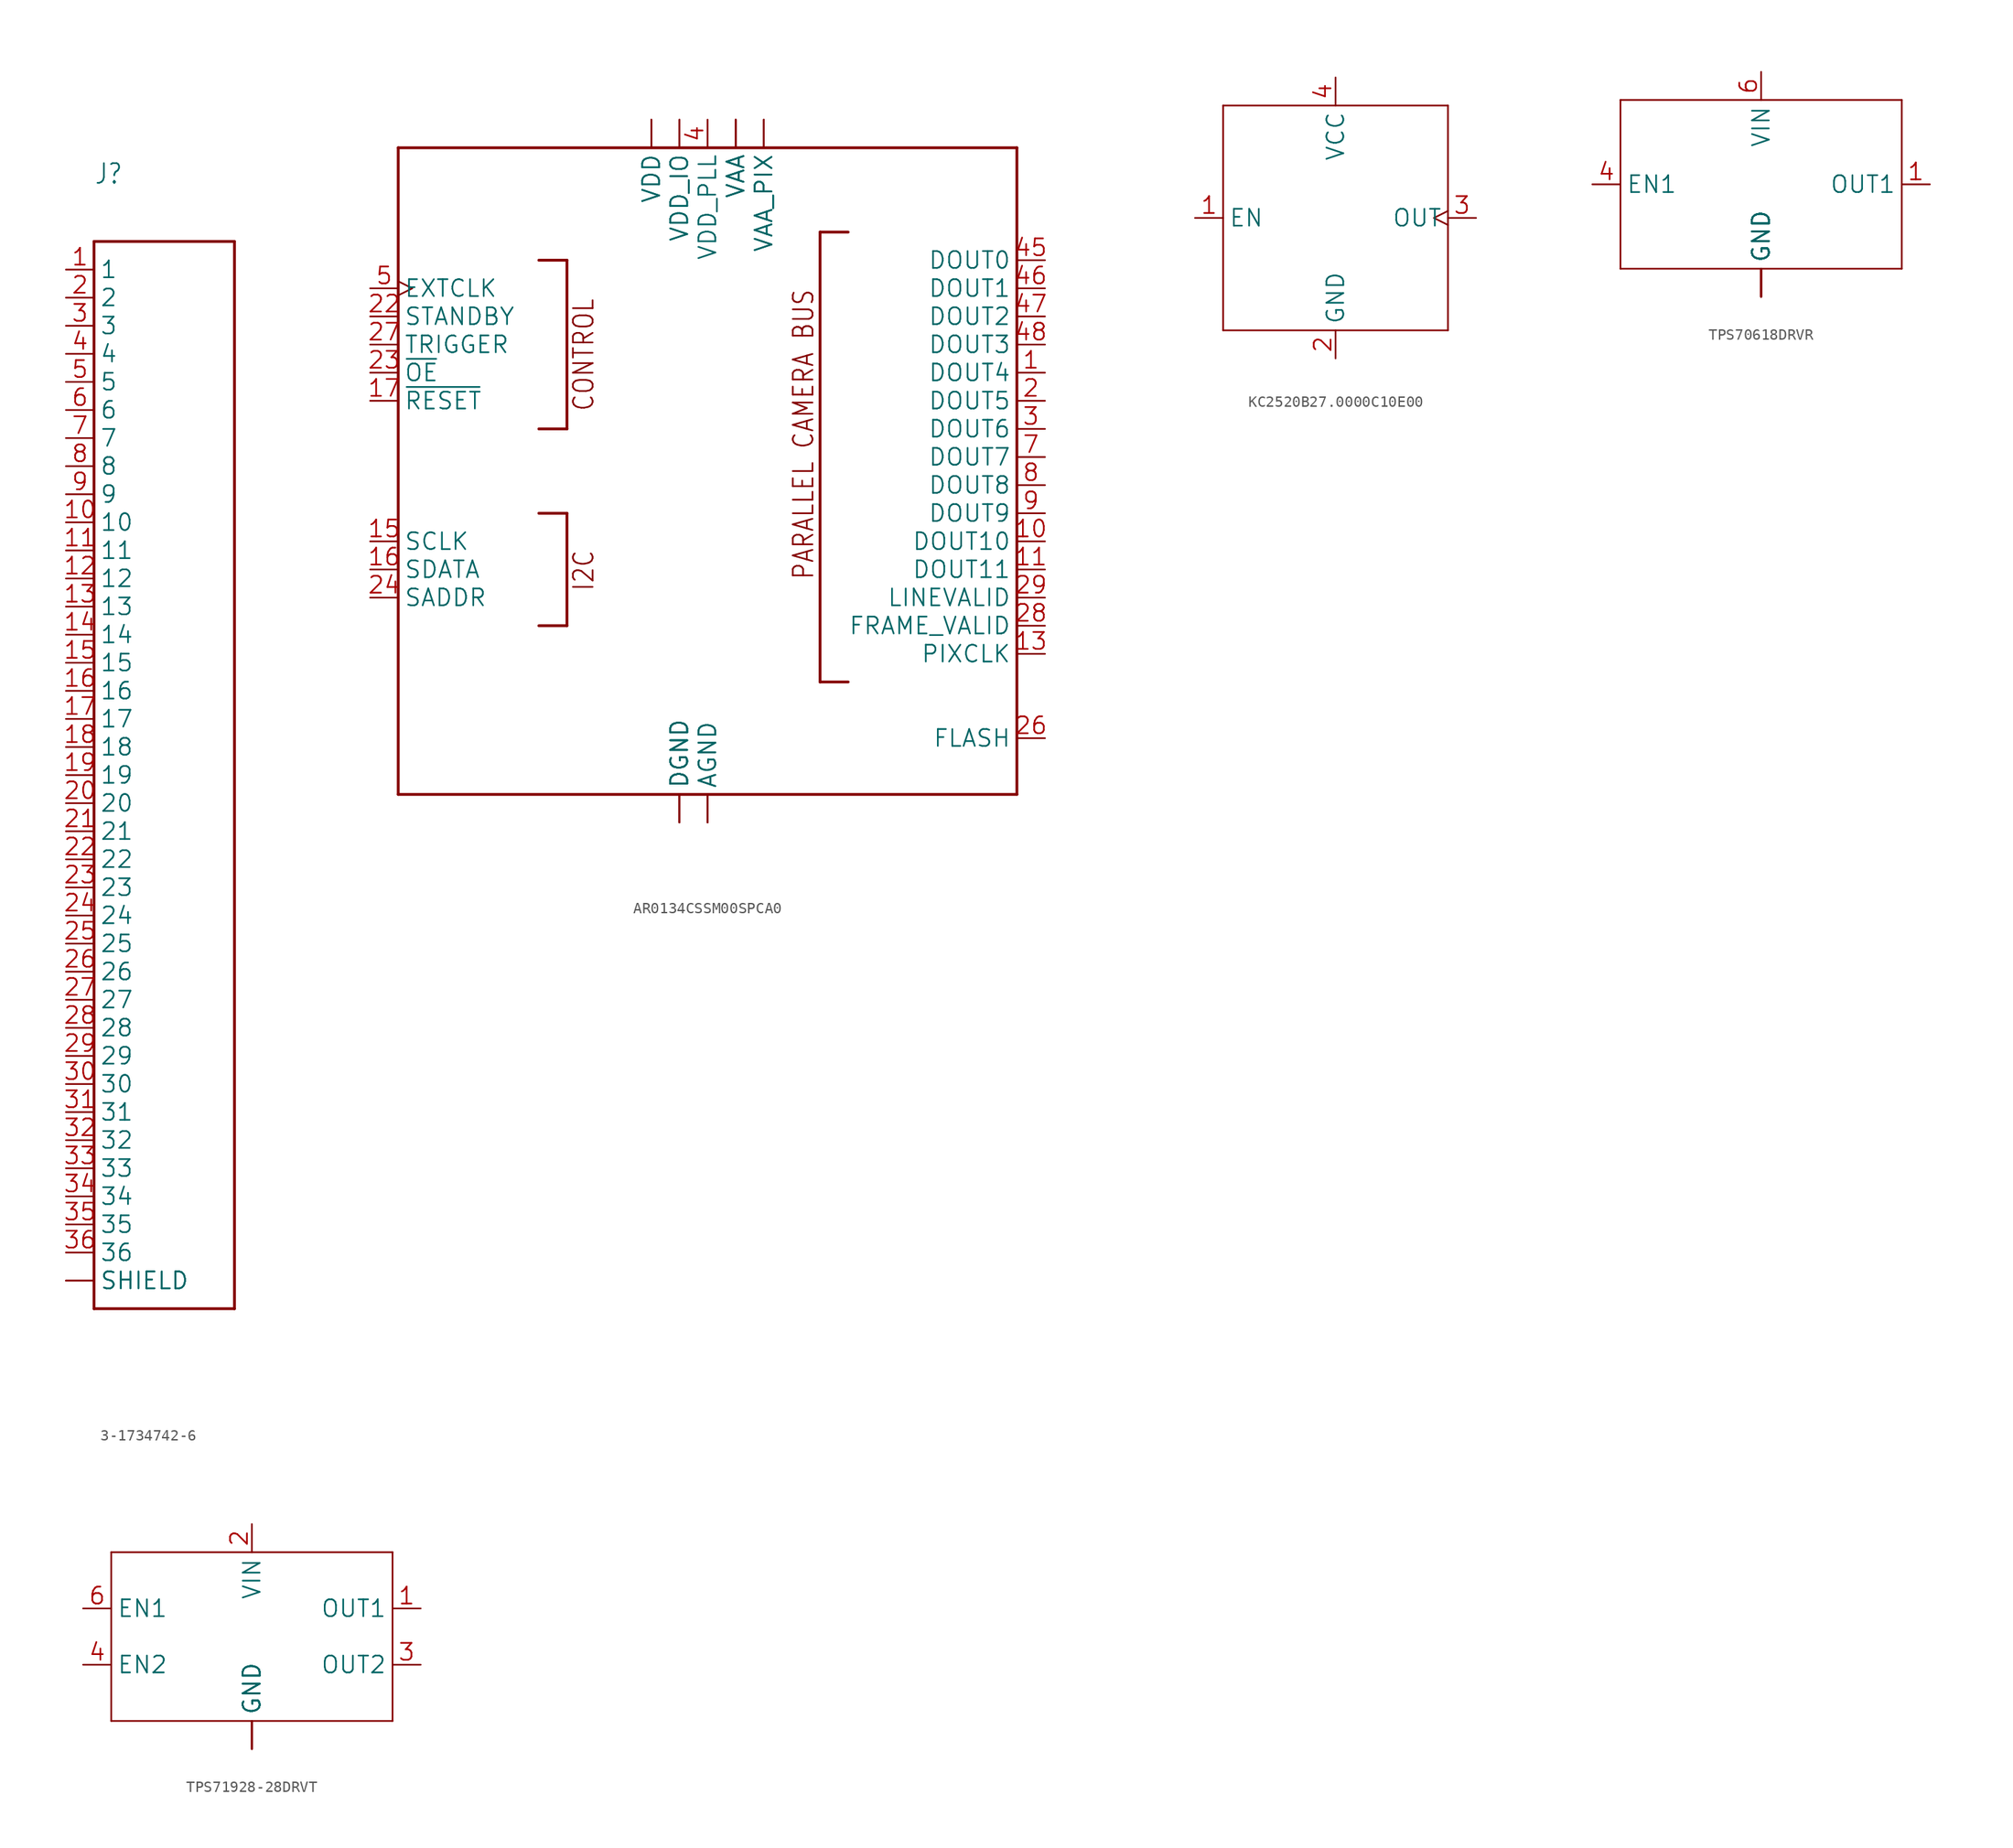
<source format=kicad_sym>
(kicad_symbol_lib
  (version 20241209)
  (generator "kicad_symbol_editor")
  (generator_version "9.0")
  (symbol "3-1734742-6"
    (property "Reference" "J"
      (at -7.62 58.42 0)
      (effects (font (size 1.781 1.514)) (justify left bottom)))
    (property "Value" ""
      (at -7.62 55.88 0)
      (effects (font (size 1.78 1.513)) (justify left bottom)))
    (property "ki_locked" ""
      (at 0 0 0)
      (effects (font (size 1.27 1.27))))
    (symbol "3-1734742-6_1_0"
      (polyline (pts (xy -7.62 53.34) (xy 5.08 53.34)) (stroke (width 0.254) (type solid)) (fill (type none)))
      (polyline (pts (xy -7.62 -43.18) (xy -7.62 53.34)) (stroke (width 0.254) (type solid)) (fill (type none)))
      (polyline (pts (xy -7.62 -43.18) (xy 5.08 -43.18)) (stroke (width 0.254) (type solid)) (fill (type none)))
      (polyline (pts (xy 5.08 53.34) (xy 5.08 -43.18)) (stroke (width 0.254) (type solid)) (fill (type none)))
      (pin passive line (at -10.16 50.8 0) (length 2.54) (name "1" (effects (font (size 1.524 1.524)))) (number "1" (effects (font (size 1.524 1.524)))))
      (pin passive line (at -10.16 48.26 0) (length 2.54) (name "2" (effects (font (size 1.524 1.524)))) (number "2" (effects (font (size 1.524 1.524)))))
      (pin passive line (at -10.16 45.72 0) (length 2.54) (name "3" (effects (font (size 1.524 1.524)))) (number "3" (effects (font (size 1.524 1.524)))))
      (pin passive line (at -10.16 43.18 0) (length 2.54) (name "4" (effects (font (size 1.524 1.524)))) (number "4" (effects (font (size 1.524 1.524)))))
      (pin passive line (at -10.16 40.64 0) (length 2.54) (name "5" (effects (font (size 1.524 1.524)))) (number "5" (effects (font (size 1.524 1.524)))))
      (pin passive line (at -10.16 38.1 0) (length 2.54) (name "6" (effects (font (size 1.524 1.524)))) (number "6" (effects (font (size 1.524 1.524)))))
      (pin passive line (at -10.16 35.56 0) (length 2.54) (name "7" (effects (font (size 1.524 1.524)))) (number "7" (effects (font (size 1.524 1.524)))))
      (pin passive line (at -10.16 33.02 0) (length 2.54) (name "8" (effects (font (size 1.524 1.524)))) (number "8" (effects (font (size 1.524 1.524)))))
      (pin passive line (at -10.16 30.48 0) (length 2.54) (name "9" (effects (font (size 1.524 1.524)))) (number "9" (effects (font (size 1.524 1.524)))))
      (pin passive line (at -10.16 27.94 0) (length 2.54) (name "10" (effects (font (size 1.524 1.524)))) (number "10" (effects (font (size 1.524 1.524)))))
      (pin passive line (at -10.16 25.4 0) (length 2.54) (name "11" (effects (font (size 1.524 1.524)))) (number "11" (effects (font (size 1.524 1.524)))))
      (pin passive line (at -10.16 22.86 0) (length 2.54) (name "12" (effects (font (size 1.524 1.524)))) (number "12" (effects (font (size 1.524 1.524)))))
      (pin passive line (at -10.16 20.32 0) (length 2.54) (name "13" (effects (font (size 1.524 1.524)))) (number "13" (effects (font (size 1.524 1.524)))))
      (pin passive line (at -10.16 17.78 0) (length 2.54) (name "14" (effects (font (size 1.524 1.524)))) (number "14" (effects (font (size 1.524 1.524)))))
      (pin passive line (at -10.16 15.24 0) (length 2.54) (name "15" (effects (font (size 1.524 1.524)))) (number "15" (effects (font (size 1.524 1.524)))))
      (pin passive line (at -10.16 12.7 0) (length 2.54) (name "16" (effects (font (size 1.524 1.524)))) (number "16" (effects (font (size 1.524 1.524)))))
      (pin passive line (at -10.16 10.16 0) (length 2.54) (name "17" (effects (font (size 1.524 1.524)))) (number "17" (effects (font (size 1.524 1.524)))))
      (pin passive line (at -10.16 7.62 0) (length 2.54) (name "18" (effects (font (size 1.524 1.524)))) (number "18" (effects (font (size 1.524 1.524)))))
      (pin passive line (at -10.16 5.08 0) (length 2.54) (name "19" (effects (font (size 1.524 1.524)))) (number "19" (effects (font (size 1.524 1.524)))))
      (pin passive line (at -10.16 2.54 0) (length 2.54) (name "20" (effects (font (size 1.524 1.524)))) (number "20" (effects (font (size 1.524 1.524)))))
      (pin passive line (at -10.16 0 0) (length 2.54) (name "21" (effects (font (size 1.524 1.524)))) (number "21" (effects (font (size 1.524 1.524)))))
      (pin passive line (at -10.16 -2.54 0) (length 2.54) (name "22" (effects (font (size 1.524 1.524)))) (number "22" (effects (font (size 1.524 1.524)))))
      (pin passive line (at -10.16 -5.08 0) (length 2.54) (name "23" (effects (font (size 1.524 1.524)))) (number "23" (effects (font (size 1.524 1.524)))))
      (pin passive line (at -10.16 -7.62 0) (length 2.54) (name "24" (effects (font (size 1.524 1.524)))) (number "24" (effects (font (size 1.524 1.524)))))
      (pin passive line (at -10.16 -10.16 0) (length 2.54) (name "25" (effects (font (size 1.524 1.524)))) (number "25" (effects (font (size 1.524 1.524)))))
      (pin passive line (at -10.16 -12.7 0) (length 2.54) (name "26" (effects (font (size 1.524 1.524)))) (number "26" (effects (font (size 1.524 1.524)))))
      (pin passive line (at -10.16 -15.24 0) (length 2.54) (name "27" (effects (font (size 1.524 1.524)))) (number "27" (effects (font (size 1.524 1.524)))))
      (pin passive line (at -10.16 -17.78 0) (length 2.54) (name "28" (effects (font (size 1.524 1.524)))) (number "28" (effects (font (size 1.524 1.524)))))
      (pin passive line (at -10.16 -20.32 0) (length 2.54) (name "29" (effects (font (size 1.524 1.524)))) (number "29" (effects (font (size 1.524 1.524)))))
      (pin passive line (at -10.16 -22.86 0) (length 2.54) (name "30" (effects (font (size 1.524 1.524)))) (number "30" (effects (font (size 1.524 1.524)))))
      (pin passive line (at -10.16 -25.4 0) (length 2.54) (name "31" (effects (font (size 1.524 1.524)))) (number "31" (effects (font (size 1.524 1.524)))))
      (pin passive line (at -10.16 -27.94 0) (length 2.54) (name "32" (effects (font (size 1.524 1.524)))) (number "32" (effects (font (size 1.524 1.524)))))
      (pin passive line (at -10.16 -30.48 0) (length 2.54) (name "33" (effects (font (size 1.524 1.524)))) (number "33" (effects (font (size 1.524 1.524)))))
      (pin passive line (at -10.16 -33.02 0) (length 2.54) (name "34" (effects (font (size 1.524 1.524)))) (number "34" (effects (font (size 1.524 1.524)))))
      (pin passive line (at -10.16 -35.56 0) (length 2.54) (name "35" (effects (font (size 1.524 1.524)))) (number "35" (effects (font (size 1.524 1.524)))))
      (pin passive line (at -10.16 -38.1 0) (length 2.54) (name "36" (effects (font (size 1.524 1.524)))) (number "36" (effects (font (size 1.524 1.524)))))
      (pin passive line (at -10.16 -40.64 0) (length 2.54) (name "SHIELD" (effects (font (size 1.524 1.524)))) (number "S1" (effects (font (size 0 0)))))
      (pin passive line (at -10.16 -40.64 0) (length 2.54) (name "SHIELD" (effects (font (size 1.524 1.524)))) (number "S2" (effects (font (size 0 0)))))))
  (symbol "AR0134CSSM00SPCA0"
    (property "Reference" "U"
      (at -24.92 33.84 0)
      (effects (font (size 2.54 2.159)) (justify left bottom) (hide yes)))
    (property "ki_locked" ""
      (at 0 0 0)
      (effects (font (size 1.27 1.27))))
    (symbol "AR0134CSSM00SPCA0_1_0"
      (polyline (pts (xy -27.94 27.94) (xy 27.94 27.94)) (stroke (width 0.254) (type solid)) (fill (type none)))
      (polyline (pts (xy -27.94 -30.48) (xy -27.94 27.94)) (stroke (width 0.254) (type solid)) (fill (type none)))
      (polyline (pts (xy -15.24 2.54) (xy -12.7 2.54)) (stroke (width 0.254) (type solid)) (fill (type none)))
      (polyline (pts (xy -15.24 -15.24) (xy -12.7 -15.24)) (stroke (width 0.254) (type solid)) (fill (type none)))
      (polyline (pts (xy -12.7 17.78) (xy -15.24 17.78)) (stroke (width 0.254) (type solid)) (fill (type none)))
      (polyline (pts (xy -12.7 2.54) (xy -12.7 17.78)) (stroke (width 0.254) (type solid)) (fill (type none)))
      (polyline (pts (xy -12.7 -5.08) (xy -15.24 -5.08)) (stroke (width 0.254) (type solid)) (fill (type none)))
      (polyline (pts (xy -12.7 -15.24) (xy -12.7 -5.08)) (stroke (width 0.254) (type solid)) (fill (type none)))
      (polyline (pts (xy 10.16 20.32) (xy 10.16 -20.32)) (stroke (width 0.254) (type solid)) (fill (type none)))
      (polyline (pts (xy 10.16 -20.32) (xy 12.7 -20.32)) (stroke (width 0.254) (type solid)) (fill (type none)))
      (polyline (pts (xy 12.7 20.32) (xy 10.16 20.32)) (stroke (width 0.254) (type solid)) (fill (type none)))
      (polyline (pts (xy 27.94 27.94) (xy 27.94 -30.48)) (stroke (width 0.254) (type solid)) (fill (type none)))
      (polyline (pts (xy 27.94 -30.48) (xy -27.94 -30.48)) (stroke (width 0.254) (type solid)) (fill (type none)))
      (text "CONTROL" (at -10.16 4.064 900) (effects (font (size 1.778 1.511)) (justify left bottom)))
      (text "I2C" (at -10.16 -12.192 900) (effects (font (size 1.778 1.511)) (justify left bottom)))
      (text "PARALLEL CAMERA BUS" (at 7.62 15.24 900) (effects (font (size 1.778 1.511)) (justify right top)))
      (pin bidirectional clock (at -30.48 15.24 0) (length 2.54) (name "EXTCLK" (effects (font (size 1.524 1.524)))) (number "5" (effects (font (size 1.524 1.524)))))
      (pin bidirectional line (at -30.48 12.7 0) (length 2.54) (name "STANDBY" (effects (font (size 1.524 1.524)))) (number "22" (effects (font (size 1.524 1.524)))))
      (pin bidirectional line (at -30.48 10.16 0) (length 2.54) (name "TRIGGER" (effects (font (size 1.524 1.524)))) (number "27" (effects (font (size 1.524 1.524)))))
      (pin bidirectional line (at -30.48 7.62 0) (length 2.54) (name "~{OE}" (effects (font (size 1.524 1.524)))) (number "23" (effects (font (size 1.524 1.524)))))
      (pin bidirectional line (at -30.48 5.08 0) (length 2.54) (name "~{RESET}" (effects (font (size 1.524 1.524)))) (number "17" (effects (font (size 1.524 1.524)))))
      (pin bidirectional line (at -30.48 -7.62 0) (length 2.54) (name "SCLK" (effects (font (size 1.524 1.524)))) (number "15" (effects (font (size 1.524 1.524)))))
      (pin bidirectional line (at -30.48 -10.16 0) (length 2.54) (name "SDATA" (effects (font (size 1.524 1.524)))) (number "16" (effects (font (size 1.524 1.524)))))
      (pin bidirectional line (at -30.48 -12.7 0) (length 2.54) (name "SADDR" (effects (font (size 1.524 1.524)))) (number "24" (effects (font (size 1.524 1.524)))))
      (pin power_in line (at -5.08 30.48 270) (length 2.54) (name "VDD" (effects (font (size 1.524 1.524)))) (number "14" (effects (font (size 0 0)))))
      (pin power_in line (at -5.08 30.48 270) (length 2.54) (name "VDD" (effects (font (size 1.524 1.524)))) (number "19" (effects (font (size 0 0)))))
      (pin power_in line (at -2.54 30.48 270) (length 2.54) (name "VDD_IO" (effects (font (size 1.524 1.524)))) (number "12" (effects (font (size 0 0)))))
      (pin power_in line (at -2.54 30.48 270) (length 2.54) (name "VDD_IO" (effects (font (size 1.524 1.524)))) (number "18" (effects (font (size 0 0)))))
      (pin power_in line (at -2.54 -33.02 90) (length 2.54) (name "DGND" (effects (font (size 1.524 1.524)))) (number "25" (effects (font (size 0 0)))))
      (pin power_in line (at -2.54 -33.02 90) (length 2.54) (name "DGND" (effects (font (size 1.524 1.524)))) (number "30" (effects (font (size 0 0)))))
      (pin power_in line (at -2.54 -33.02 90) (length 2.54) (name "DGND" (effects (font (size 1.524 1.524)))) (number "44" (effects (font (size 0 0)))))
      (pin power_in line (at -2.54 -33.02 90) (length 2.54) (name "DGND" (effects (font (size 1.524 1.524)))) (number "6" (effects (font (size 0 0)))))
      (pin power_in line (at 0 30.48 270) (length 2.54) (name "VDD_PLL" (effects (font (size 1.524 1.524)))) (number "4" (effects (font (size 1.524 1.524)))))
      (pin power_in line (at 0 -33.02 90) (length 2.54) (name "AGND" (effects (font (size 1.524 1.524)))) (number "35" (effects (font (size 0 0)))))
      (pin power_in line (at 0 -33.02 90) (length 2.54) (name "AGND" (effects (font (size 1.524 1.524)))) (number "39" (effects (font (size 0 0)))))
      (pin power_in line (at 2.54 30.48 270) (length 2.54) (name "VAA" (effects (font (size 1.524 1.524)))) (number "34" (effects (font (size 0 0)))))
      (pin power_in line (at 2.54 30.48 270) (length 2.54) (name "VAA" (effects (font (size 1.524 1.524)))) (number "36" (effects (font (size 0 0)))))
      (pin power_in line (at 2.54 30.48 270) (length 2.54) (name "VAA" (effects (font (size 1.524 1.524)))) (number "40" (effects (font (size 0 0)))))
      (pin power_in line (at 5.08 30.48 270) (length 2.54) (name "VAA_PIX" (effects (font (size 1.524 1.524)))) (number "37" (effects (font (size 0 0)))))
      (pin power_in line (at 5.08 30.48 270) (length 2.54) (name "VAA_PIX" (effects (font (size 1.524 1.524)))) (number "38" (effects (font (size 0 0)))))
      (pin bidirectional line (at 30.48 17.78 180) (length 2.54) (name "DOUT0" (effects (font (size 1.524 1.524)))) (number "45" (effects (font (size 1.524 1.524)))))
      (pin bidirectional line (at 30.48 15.24 180) (length 2.54) (name "DOUT1" (effects (font (size 1.524 1.524)))) (number "46" (effects (font (size 1.524 1.524)))))
      (pin bidirectional line (at 30.48 12.7 180) (length 2.54) (name "DOUT2" (effects (font (size 1.524 1.524)))) (number "47" (effects (font (size 1.524 1.524)))))
      (pin bidirectional line (at 30.48 10.16 180) (length 2.54) (name "DOUT3" (effects (font (size 1.524 1.524)))) (number "48" (effects (font (size 1.524 1.524)))))
      (pin bidirectional line (at 30.48 7.62 180) (length 2.54) (name "DOUT4" (effects (font (size 1.524 1.524)))) (number "1" (effects (font (size 1.524 1.524)))))
      (pin bidirectional line (at 30.48 5.08 180) (length 2.54) (name "DOUT5" (effects (font (size 1.524 1.524)))) (number "2" (effects (font (size 1.524 1.524)))))
      (pin bidirectional line (at 30.48 2.54 180) (length 2.54) (name "DOUT6" (effects (font (size 1.524 1.524)))) (number "3" (effects (font (size 1.524 1.524)))))
      (pin bidirectional line (at 30.48 0 180) (length 2.54) (name "DOUT7" (effects (font (size 1.524 1.524)))) (number "7" (effects (font (size 1.524 1.524)))))
      (pin bidirectional line (at 30.48 -2.54 180) (length 2.54) (name "DOUT8" (effects (font (size 1.524 1.524)))) (number "8" (effects (font (size 1.524 1.524)))))
      (pin bidirectional line (at 30.48 -5.08 180) (length 2.54) (name "DOUT9" (effects (font (size 1.524 1.524)))) (number "9" (effects (font (size 1.524 1.524)))))
      (pin bidirectional line (at 30.48 -7.62 180) (length 2.54) (name "DOUT10" (effects (font (size 1.524 1.524)))) (number "10" (effects (font (size 1.524 1.524)))))
      (pin bidirectional line (at 30.48 -10.16 180) (length 2.54) (name "DOUT11" (effects (font (size 1.524 1.524)))) (number "11" (effects (font (size 1.524 1.524)))))
      (pin bidirectional line (at 30.48 -12.7 180) (length 2.54) (name "LINEVALID" (effects (font (size 1.524 1.524)))) (number "29" (effects (font (size 1.524 1.524)))))
      (pin bidirectional line (at 30.48 -15.24 180) (length 2.54) (name "FRAME_VALID" (effects (font (size 1.524 1.524)))) (number "28" (effects (font (size 1.524 1.524)))))
      (pin bidirectional line (at 30.48 -17.78 180) (length 2.54) (name "PIXCLK" (effects (font (size 1.524 1.524)))) (number "13" (effects (font (size 1.524 1.524)))))
      (pin bidirectional line (at 30.48 -25.4 180) (length 2.54) (name "FLASH" (effects (font (size 1.524 1.524)))) (number "26" (effects (font (size 1.524 1.524)))))))
  (symbol "KC2520B27.0000C10E00"
    (property "Reference" "X"
      (at -14.884 14.739 0)
      (effects (font (size 2.083 1.77)) (justify left bottom) (hide yes)))
    (property "ki_locked" ""
      (at 0 0 0)
      (effects (font (size 1.27 1.27))))
    (symbol "KC2520B27.0000C10E00_1_0"
      (polyline (pts (xy -10.16 10.16) (xy -10.16 -10.16)) (stroke (width 0.152) (type solid)) (fill (type none)))
      (polyline (pts (xy -10.16 -10.16) (xy 10.16 -10.16)) (stroke (width 0.152) (type solid)) (fill (type none)))
      (polyline (pts (xy 10.16 10.16) (xy -10.16 10.16)) (stroke (width 0.152) (type solid)) (fill (type none)))
      (polyline (pts (xy 10.16 -10.16) (xy 10.16 10.16)) (stroke (width 0.152) (type solid)) (fill (type none)))
      (pin passive line (at -12.7 0 0) (length 2.54) (name "EN" (effects (font (size 1.524 1.524)))) (number "1" (effects (font (size 1.524 1.524)))))
      (pin power_in line (at 0 12.7 270) (length 2.54) (name "VCC" (effects (font (size 1.524 1.524)))) (number "4" (effects (font (size 1.524 1.524)))))
      (pin power_in line (at 0 -12.7 90) (length 2.54) (name "GND" (effects (font (size 1.524 1.524)))) (number "2" (effects (font (size 1.524 1.524)))))
      (pin output clock (at 12.7 0 180) (length 2.54) (name "OUT" (effects (font (size 1.524 1.524)))) (number "3" (effects (font (size 1.524 1.524)))))))
  (symbol "TPS70618DRVR"
    (property "Reference" "U"
      (at -12.7 11.684 0)
      (effects (font (size 2.083 1.77)) (justify left bottom) (hide yes)))
    (property "ki_locked" ""
      (at 0 0 0)
      (effects (font (size 1.27 1.27))))
    (symbol "TPS70618DRVR_1_0"
      (polyline (pts (xy -12.7 7.62) (xy -12.7 -7.62)) (stroke (width 0.152) (type solid)) (fill (type none)))
      (polyline (pts (xy -12.7 -7.62) (xy 12.7 -7.62)) (stroke (width 0.152) (type solid)) (fill (type none)))
      (polyline (pts (xy 12.7 7.62) (xy -12.7 7.62)) (stroke (width 0.152) (type solid)) (fill (type none)))
      (polyline (pts (xy 12.7 -7.62) (xy 12.7 7.62)) (stroke (width 0.152) (type solid)) (fill (type none)))
      (pin passive line (at -15.24 0 0) (length 2.54) (name "EN1" (effects (font (size 1.524 1.524)))) (number "4" (effects (font (size 1.524 1.524)))))
      (pin input line (at 0 10.16 270) (length 2.54) (name "VIN" (effects (font (size 1.524 1.524)))) (number "6" (effects (font (size 1.524 1.524)))))
      (pin power_in line (at 0 -10.16 90) (length 2.54) (name "GND" (effects (font (size 1.524 1.524)))) (number "2" (effects (font (size 0 0)))))
      (pin power_in line (at 0 -10.16 90) (length 2.54) (name "GND" (effects (font (size 1.524 1.524)))) (number "3" (effects (font (size 0 0)))))
      (pin power_in line (at 0 -10.16 90) (length 2.54) (name "GND" (effects (font (size 1.524 1.524)))) (number "5" (effects (font (size 0 0)))))
      (pin power_in line (at 0 -10.16 90) (length 2.54) (name "GND" (effects (font (size 1.524 1.524)))) (number "7" (effects (font (size 0 0)))))
      (pin power_in line (at 0 -10.16 90) (length 2.54) (name "GND" (effects (font (size 1.524 1.524)))) (number "8" (effects (font (size 0 0)))))
      (pin power_in line (at 0 -10.16 90) (length 2.54) (name "GND" (effects (font (size 1.524 1.524)))) (number "9" (effects (font (size 0 0)))))
      (pin passive line (at 15.24 0 180) (length 2.54) (name "OUT1" (effects (font (size 1.524 1.524)))) (number "1" (effects (font (size 1.524 1.524)))))))
  (symbol "TPS71928-28DRVT"
    (property "Reference" "U"
      (at -12.7 11.684 0)
      (effects (font (size 2.083 1.77)) (justify left bottom) (hide yes)))
    (property "ki_locked" ""
      (at 0 0 0)
      (effects (font (size 1.27 1.27))))
    (symbol "TPS71928-28DRVT_1_0"
      (polyline (pts (xy -12.7 7.62) (xy -12.7 -7.62)) (stroke (width 0.152) (type solid)) (fill (type none)))
      (polyline (pts (xy -12.7 -7.62) (xy 12.7 -7.62)) (stroke (width 0.152) (type solid)) (fill (type none)))
      (polyline (pts (xy 12.7 7.62) (xy -12.7 7.62)) (stroke (width 0.152) (type solid)) (fill (type none)))
      (polyline (pts (xy 12.7 -7.62) (xy 12.7 7.62)) (stroke (width 0.152) (type solid)) (fill (type none)))
      (pin passive line (at -15.24 2.54 0) (length 2.54) (name "EN1" (effects (font (size 1.524 1.524)))) (number "6" (effects (font (size 1.524 1.524)))))
      (pin passive line (at -15.24 -2.54 0) (length 2.54) (name "EN2" (effects (font (size 1.524 1.524)))) (number "4" (effects (font (size 1.524 1.524)))))
      (pin power_in line (at 0 10.16 270) (length 2.54) (name "VIN" (effects (font (size 1.524 1.524)))) (number "2" (effects (font (size 1.524 1.524)))))
      (pin power_in line (at 0 -10.16 90) (length 2.54) (name "GND" (effects (font (size 1.524 1.524)))) (number "5" (effects (font (size 0 0)))))
      (pin power_in line (at 0 -10.16 90) (length 2.54) (name "GND" (effects (font (size 1.524 1.524)))) (number "7" (effects (font (size 0 0)))))
      (pin power_in line (at 0 -10.16 90) (length 2.54) (name "GND" (effects (font (size 1.524 1.524)))) (number "8" (effects (font (size 0 0)))))
      (pin power_in line (at 0 -10.16 90) (length 2.54) (name "GND" (effects (font (size 1.524 1.524)))) (number "9" (effects (font (size 0 0)))))
      (pin power_in line (at 15.24 2.54 180) (length 2.54) (name "OUT1" (effects (font (size 1.524 1.524)))) (number "1" (effects (font (size 1.524 1.524)))))
      (pin power_in line (at 15.24 -2.54 180) (length 2.54) (name "OUT2" (effects (font (size 1.524 1.524)))) (number "3" (effects (font (size 1.524 1.524))))))))
</source>
